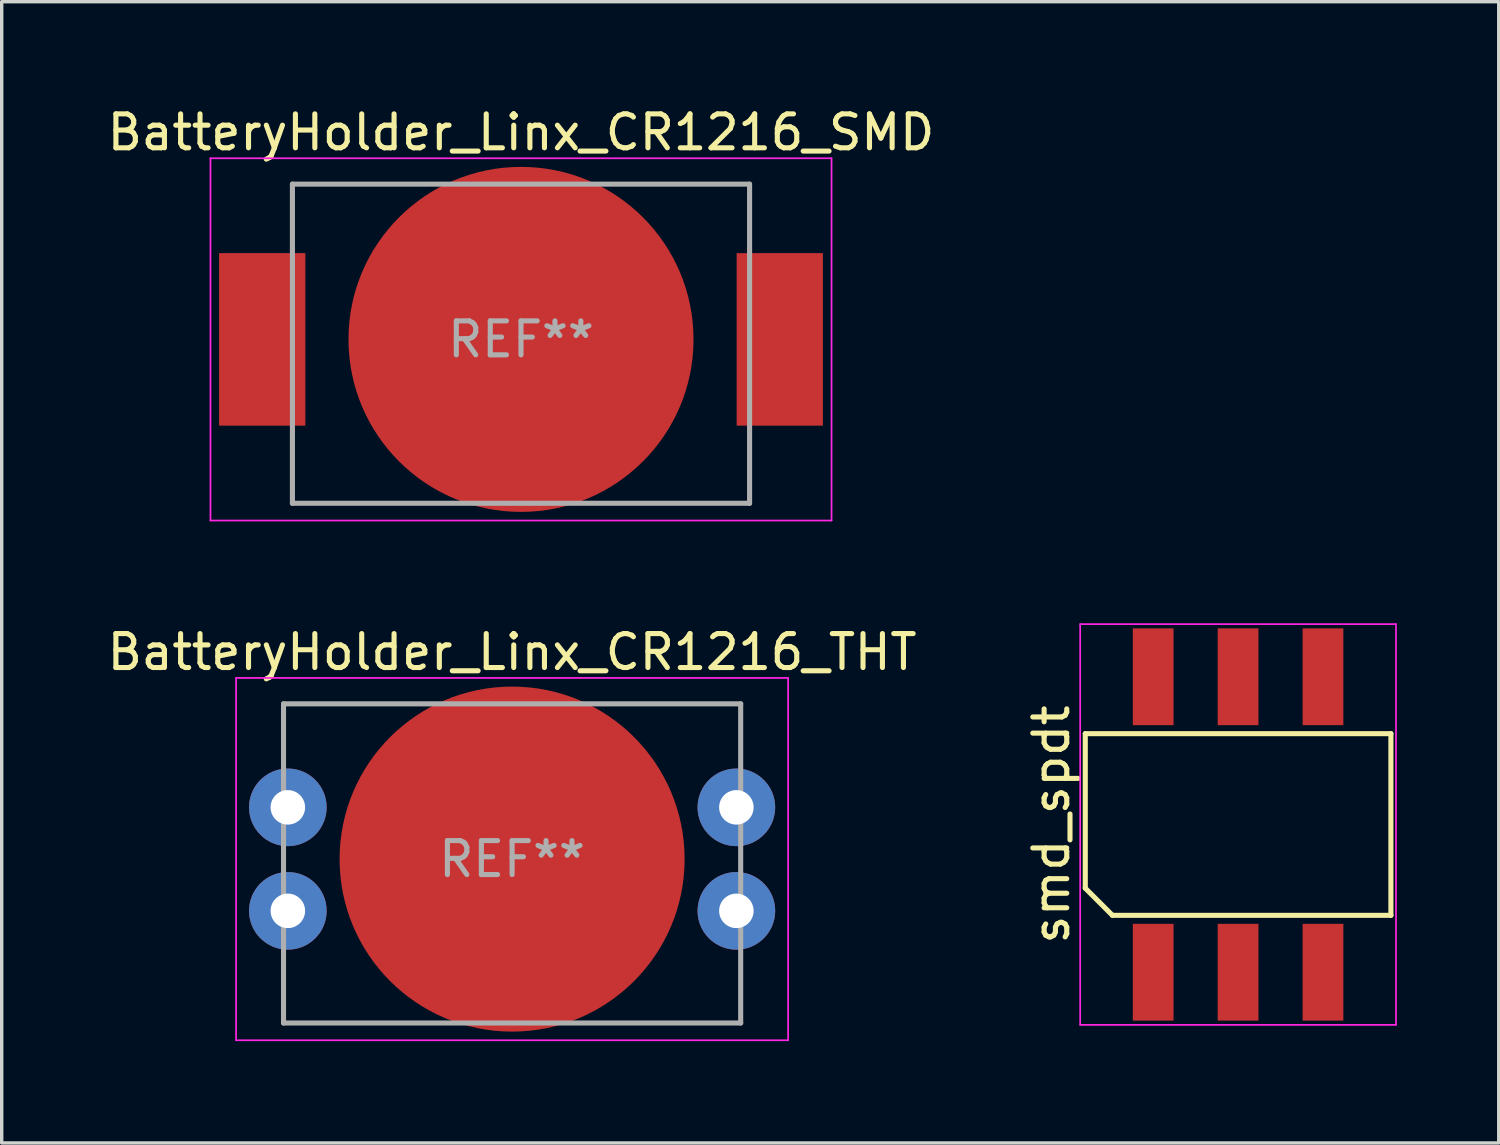
<source format=kicad_pcb>
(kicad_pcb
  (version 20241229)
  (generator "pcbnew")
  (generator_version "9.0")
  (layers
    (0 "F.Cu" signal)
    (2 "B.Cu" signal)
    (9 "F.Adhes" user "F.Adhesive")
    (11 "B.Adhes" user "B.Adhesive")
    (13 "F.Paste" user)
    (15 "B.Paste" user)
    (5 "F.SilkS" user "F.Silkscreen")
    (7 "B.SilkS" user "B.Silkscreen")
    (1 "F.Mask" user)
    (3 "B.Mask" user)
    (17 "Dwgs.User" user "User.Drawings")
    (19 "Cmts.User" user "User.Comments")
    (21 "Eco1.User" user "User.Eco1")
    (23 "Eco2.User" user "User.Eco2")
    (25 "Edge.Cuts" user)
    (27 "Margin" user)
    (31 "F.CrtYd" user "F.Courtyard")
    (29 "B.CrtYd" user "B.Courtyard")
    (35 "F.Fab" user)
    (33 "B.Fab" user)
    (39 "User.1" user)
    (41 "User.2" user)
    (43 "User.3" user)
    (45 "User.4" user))
  (footprint "smd_spdt"
    (layer "F.Cu")
    (at 33.408 21.229)
    (property "Reference" "smd_spdt" (at -5.5 0 90) (layer "F.SilkS") (effects (font (size 1 1) (thickness 0.15))))
    (attr smd)
    (fp_line (start -4.5 -2.675) (end 4.5 -2.675) (stroke (width 0.15) (type solid)) (layer "F.SilkS"))
    (fp_line (start -4.5 1.875) (end -4.5 -2.675) (stroke (width 0.15) (type solid)) (layer "F.SilkS"))
    (fp_line (start -3.7 2.675) (end -4.5 1.875) (stroke (width 0.15) (type solid)) (layer "F.SilkS"))
    (fp_line (start 4.5 -2.675) (end 4.5 2.675) (stroke (width 0.15) (type solid)) (layer "F.SilkS"))
    (fp_line (start 4.5 2.675) (end -3.7 2.675) (stroke (width 0.15) (type solid)) (layer "F.SilkS"))
    (fp_line (start -4.65 -5.9) (end 4.65 -5.9) (stroke (width 0.05) (type solid)) (layer "F.CrtYd"))
    (fp_line (start -4.65 5.9) (end -4.65 -5.9) (stroke (width 0.05) (type solid)) (layer "F.CrtYd"))
    (fp_line (start 4.65 -5.9) (end 4.65 5.9) (stroke (width 0.05) (type solid)) (layer "F.CrtYd"))
    (fp_line (start 4.65 5.9) (end -4.65 5.9) (stroke (width 0.05) (type solid)) (layer "F.CrtYd"))
    (pad "1" smd rect (at -2.5 -4.35) (size 1.2 2.85) (layers "F.Cu" "F.Mask" "F.Paste"))
    (pad "1" smd rect (at -2.5 4.35) (size 1.2 2.85) (layers "F.Cu" "F.Mask" "F.Paste"))
    (pad "2" smd rect (at 0 -4.35) (size 1.2 2.85) (layers "F.Cu" "F.Mask" "F.Paste"))
    (pad "2" smd rect (at 0 4.35) (size 1.2 2.85) (layers "F.Cu" "F.Mask" "F.Paste"))
    (pad "3" smd rect (at 2.5 -4.35) (size 1.2 2.85) (layers "F.Cu" "F.Mask" "F.Paste"))
    (pad "3" smd rect (at 2.5 4.35) (size 1.2 2.85) (layers "F.Cu" "F.Mask" "F.Paste")))
  (footprint "BatteryHolder_Linx_CR1216_THT"
    (layer "F.Cu")
    (at 12.03 22.248)
    (property "Reference" "BatteryHolder_Linx_CR1216_THT" (at 0 -6.096 0) (layer "F.SilkS") (effects (font (size 1 1) (thickness 0.15))))
    (attr through_hole)
    (fp_line (start -8.128 -5.334) (end 8.128 -5.334) (stroke (width 0.051) (type solid)) (layer "F.CrtYd"))
    (fp_line (start -8.128 5.334) (end -8.128 -5.334) (stroke (width 0.051) (type solid)) (layer "F.CrtYd"))
    (fp_line (start 8.128 -5.334) (end 8.128 5.334) (stroke (width 0.051) (type solid)) (layer "F.CrtYd"))
    (fp_line (start 8.128 5.334) (end -8.128 5.334) (stroke (width 0.051) (type solid)) (layer "F.CrtYd"))
    (fp_line (start -6.731 -4.572) (end 6.731 -4.572) (stroke (width 0.15) (type solid)) (layer "F.Fab"))
    (fp_line (start -6.731 4.826) (end -6.731 -4.572) (stroke (width 0.15) (type solid)) (layer "F.Fab"))
    (fp_line (start 6.731 -4.572) (end 6.731 4.826) (stroke (width 0.15) (type solid)) (layer "F.Fab"))
    (fp_line (start 6.731 4.826) (end -6.731 4.826) (stroke (width 0.15) (type solid)) (layer "F.Fab"))
    (fp_text user "REF**" (at 0 0 0) (layer "F.Fab") (effects (font (size 1 1) (thickness 0.15))))
    (pad "1" thru_hole circle (at -6.604 -1.524) (size 2.286 2.286) (drill 1.016) (layers "*.Cu" "*.Mask"))
    (pad "1" thru_hole circle (at -6.604 1.524) (size 2.286 2.286) (drill 1.016) (layers "*.Cu" "*.Mask"))
    (pad "1" thru_hole circle (at 6.604 -1.524) (size 2.286 2.286) (drill 1.016) (layers "*.Cu" "*.Mask"))
    (pad "1" thru_hole circle (at 6.604 1.524) (size 2.286 2.286) (drill 1.016) (layers "*.Cu" "*.Mask"))
    (pad "2" smd circle (at 0 0) (size 10.16 10.16) (layers "F.Cu" "F.Mask" "F.Paste")))
  (footprint "BatteryHolder_Linx_CR1216_SMD"
    (layer "F.Cu")
    (at 12.292 6.944)
    (property "Reference" "BatteryHolder_Linx_CR1216_SMD" (at 0 -6.096 0) (layer "F.SilkS") (effects (font (size 1 1) (thickness 0.15))))
    (attr through_hole)
    (fp_line (start -9.144 -5.334) (end 9.144 -5.334) (stroke (width 0.051) (type solid)) (layer "F.CrtYd"))
    (fp_line (start -9.144 5.334) (end -9.144 -5.334) (stroke (width 0.051) (type solid)) (layer "F.CrtYd"))
    (fp_line (start 9.144 -5.334) (end 9.144 5.334) (stroke (width 0.051) (type solid)) (layer "F.CrtYd"))
    (fp_line (start 9.144 5.334) (end -9.144 5.334) (stroke (width 0.051) (type solid)) (layer "F.CrtYd"))
    (fp_line (start -6.731 -4.572) (end 6.731 -4.572) (stroke (width 0.15) (type solid)) (layer "F.Fab"))
    (fp_line (start -6.731 4.826) (end -6.731 -4.572) (stroke (width 0.15) (type solid)) (layer "F.Fab"))
    (fp_line (start 6.731 -4.572) (end 6.731 4.826) (stroke (width 0.15) (type solid)) (layer "F.Fab"))
    (fp_line (start 6.731 4.826) (end -6.731 4.826) (stroke (width 0.15) (type solid)) (layer "F.Fab"))
    (fp_text user "REF**" (at 0 0 0) (layer "F.Fab") (effects (font (size 1 1) (thickness 0.15))))
    (pad "1" smd rect (at -7.62 0) (size 2.54 5.08) (layers "F.Cu" "F.Mask" "F.Paste"))
    (pad "1" smd rect (at 7.62 0) (size 2.54 5.08) (layers "F.Cu" "F.Mask" "F.Paste"))
    (pad "2" smd circle (at 0 0) (size 10.16 10.16) (layers "F.Cu" "F.Mask" "F.Paste")))
  (gr_rect
    (start -3 -3)
    (end 41.083 30.607)
    (stroke (width 0.1) (type default))
    (fill no)
    (layer "Edge.Cuts")))
</source>
